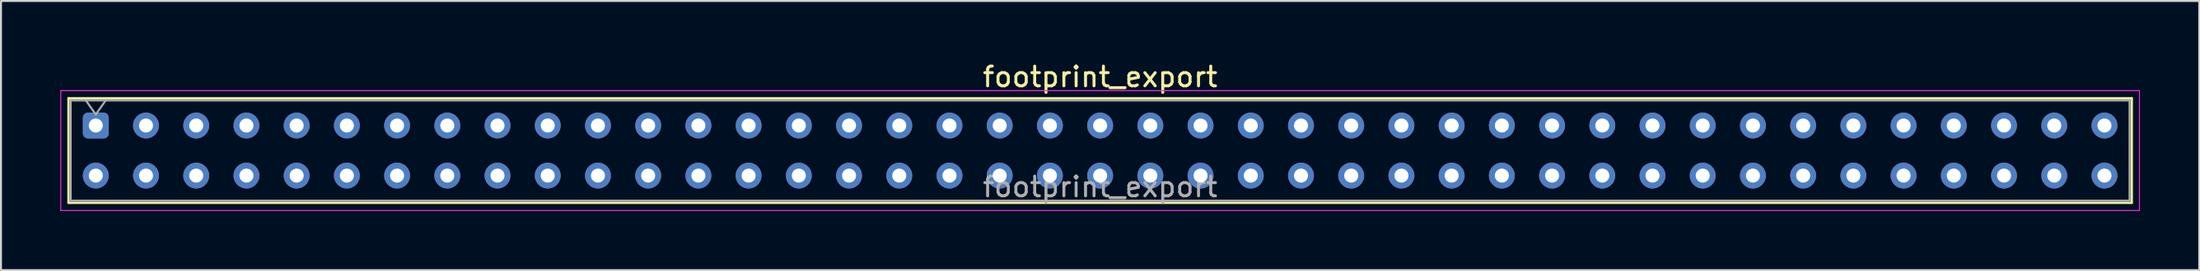
<source format=kicad_pcb>
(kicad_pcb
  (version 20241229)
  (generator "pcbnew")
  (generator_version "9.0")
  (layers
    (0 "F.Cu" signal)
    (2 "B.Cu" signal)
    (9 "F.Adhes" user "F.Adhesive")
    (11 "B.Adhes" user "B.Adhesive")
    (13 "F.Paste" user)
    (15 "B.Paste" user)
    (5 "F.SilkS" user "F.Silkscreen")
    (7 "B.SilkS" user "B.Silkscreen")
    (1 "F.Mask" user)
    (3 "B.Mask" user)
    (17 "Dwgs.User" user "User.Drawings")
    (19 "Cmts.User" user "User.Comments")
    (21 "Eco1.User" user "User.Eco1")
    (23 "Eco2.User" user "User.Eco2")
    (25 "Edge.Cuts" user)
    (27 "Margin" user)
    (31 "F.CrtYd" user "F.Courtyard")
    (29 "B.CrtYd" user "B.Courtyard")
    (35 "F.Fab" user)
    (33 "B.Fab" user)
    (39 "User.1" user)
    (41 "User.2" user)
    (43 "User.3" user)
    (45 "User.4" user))
  (footprint "footprint_export"
    (layer "F.Cu")
    (at 1.795 3.318)
    (property "Reference" "footprint_export" (at 50.8 -2.47 0) (layer "F.SilkS") (effects (font (size 1 1) (thickness 0.15))))
    (attr through_hole)
    (fp_line (start -1.38 -1.38) (end 102.98 -1.38) (stroke (width 0.12) (type solid)) (layer "F.SilkS"))
    (fp_line (start -1.38 3.92) (end -1.38 -1.38) (stroke (width 0.12) (type solid)) (layer "F.SilkS"))
    (fp_line (start 102.98 -1.38) (end 102.98 3.92) (stroke (width 0.12) (type solid)) (layer "F.SilkS"))
    (fp_line (start 102.98 3.92) (end -1.38 3.92) (stroke (width 0.12) (type solid)) (layer "F.SilkS"))
    (fp_line (start -1.77 -1.77) (end 103.37 -1.77) (stroke (width 0.05) (type solid)) (layer "F.CrtYd"))
    (fp_line (start -1.77 4.31) (end -1.77 -1.77) (stroke (width 0.05) (type solid)) (layer "F.CrtYd"))
    (fp_line (start 103.37 -1.77) (end 103.37 4.31) (stroke (width 0.05) (type solid)) (layer "F.CrtYd"))
    (fp_line (start 103.37 4.31) (end -1.77 4.31) (stroke (width 0.05) (type solid)) (layer "F.CrtYd"))
    (fp_line (start -1.27 -1.27) (end 102.87 -1.27) (stroke (width 0.1) (type solid)) (layer "F.Fab"))
    (fp_line (start -1.27 3.81) (end -1.27 -1.27) (stroke (width 0.1) (type solid)) (layer "F.Fab"))
    (fp_line (start -0.5 -1.27) (end 0 -0.563) (stroke (width 0.1) (type solid)) (layer "F.Fab"))
    (fp_line (start 0 -0.563) (end 0.5 -1.27) (stroke (width 0.1) (type solid)) (layer "F.Fab"))
    (fp_line (start 102.87 -1.27) (end 102.87 3.81) (stroke (width 0.1) (type solid)) (layer "F.Fab"))
    (fp_line (start 102.87 3.81) (end -1.27 3.81) (stroke (width 0.1) (type solid)) (layer "F.Fab"))
    (fp_text user "${REFERENCE}" (at 50.8 3.11 0) (layer "F.Fab") (effects (font (size 1 1) (thickness 0.15))))
    (pad "1" thru_hole roundrect (at 0 0) (size 1.31 1.31) (drill 0.71) (layers "*.Cu" "*.Mask") (roundrect_rratio 0.191))
    (pad "2" thru_hole circle (at 0 2.54) (size 1.31 1.31) (drill 0.71) (layers "*.Cu" "*.Mask"))
    (pad "3" thru_hole circle (at 2.54 0) (size 1.31 1.31) (drill 0.71) (layers "*.Cu" "*.Mask"))
    (pad "4" thru_hole circle (at 2.54 2.54) (size 1.31 1.31) (drill 0.71) (layers "*.Cu" "*.Mask"))
    (pad "5" thru_hole circle (at 5.08 0) (size 1.31 1.31) (drill 0.71) (layers "*.Cu" "*.Mask"))
    (pad "6" thru_hole circle (at 5.08 2.54) (size 1.31 1.31) (drill 0.71) (layers "*.Cu" "*.Mask"))
    (pad "7" thru_hole circle (at 7.62 0) (size 1.31 1.31) (drill 0.71) (layers "*.Cu" "*.Mask"))
    (pad "8" thru_hole circle (at 7.62 2.54) (size 1.31 1.31) (drill 0.71) (layers "*.Cu" "*.Mask"))
    (pad "9" thru_hole circle (at 10.16 0) (size 1.31 1.31) (drill 0.71) (layers "*.Cu" "*.Mask"))
    (pad "10" thru_hole circle (at 10.16 2.54) (size 1.31 1.31) (drill 0.71) (layers "*.Cu" "*.Mask"))
    (pad "11" thru_hole circle (at 12.7 0) (size 1.31 1.31) (drill 0.71) (layers "*.Cu" "*.Mask"))
    (pad "12" thru_hole circle (at 12.7 2.54) (size 1.31 1.31) (drill 0.71) (layers "*.Cu" "*.Mask"))
    (pad "13" thru_hole circle (at 15.24 0) (size 1.31 1.31) (drill 0.71) (layers "*.Cu" "*.Mask"))
    (pad "14" thru_hole circle (at 15.24 2.54) (size 1.31 1.31) (drill 0.71) (layers "*.Cu" "*.Mask"))
    (pad "15" thru_hole circle (at 17.78 0) (size 1.31 1.31) (drill 0.71) (layers "*.Cu" "*.Mask"))
    (pad "16" thru_hole circle (at 17.78 2.54) (size 1.31 1.31) (drill 0.71) (layers "*.Cu" "*.Mask"))
    (pad "17" thru_hole circle (at 20.32 0) (size 1.31 1.31) (drill 0.71) (layers "*.Cu" "*.Mask"))
    (pad "18" thru_hole circle (at 20.32 2.54) (size 1.31 1.31) (drill 0.71) (layers "*.Cu" "*.Mask"))
    (pad "19" thru_hole circle (at 22.86 0) (size 1.31 1.31) (drill 0.71) (layers "*.Cu" "*.Mask"))
    (pad "20" thru_hole circle (at 22.86 2.54) (size 1.31 1.31) (drill 0.71) (layers "*.Cu" "*.Mask"))
    (pad "21" thru_hole circle (at 25.4 0) (size 1.31 1.31) (drill 0.71) (layers "*.Cu" "*.Mask"))
    (pad "22" thru_hole circle (at 25.4 2.54) (size 1.31 1.31) (drill 0.71) (layers "*.Cu" "*.Mask"))
    (pad "23" thru_hole circle (at 27.94 0) (size 1.31 1.31) (drill 0.71) (layers "*.Cu" "*.Mask"))
    (pad "24" thru_hole circle (at 27.94 2.54) (size 1.31 1.31) (drill 0.71) (layers "*.Cu" "*.Mask"))
    (pad "25" thru_hole circle (at 30.48 0) (size 1.31 1.31) (drill 0.71) (layers "*.Cu" "*.Mask"))
    (pad "26" thru_hole circle (at 30.48 2.54) (size 1.31 1.31) (drill 0.71) (layers "*.Cu" "*.Mask"))
    (pad "27" thru_hole circle (at 33.02 0) (size 1.31 1.31) (drill 0.71) (layers "*.Cu" "*.Mask"))
    (pad "28" thru_hole circle (at 33.02 2.54) (size 1.31 1.31) (drill 0.71) (layers "*.Cu" "*.Mask"))
    (pad "29" thru_hole circle (at 35.56 0) (size 1.31 1.31) (drill 0.71) (layers "*.Cu" "*.Mask"))
    (pad "30" thru_hole circle (at 35.56 2.54) (size 1.31 1.31) (drill 0.71) (layers "*.Cu" "*.Mask"))
    (pad "31" thru_hole circle (at 38.1 0) (size 1.31 1.31) (drill 0.71) (layers "*.Cu" "*.Mask"))
    (pad "32" thru_hole circle (at 38.1 2.54) (size 1.31 1.31) (drill 0.71) (layers "*.Cu" "*.Mask"))
    (pad "33" thru_hole circle (at 40.64 0) (size 1.31 1.31) (drill 0.71) (layers "*.Cu" "*.Mask"))
    (pad "34" thru_hole circle (at 40.64 2.54) (size 1.31 1.31) (drill 0.71) (layers "*.Cu" "*.Mask"))
    (pad "35" thru_hole circle (at 43.18 0) (size 1.31 1.31) (drill 0.71) (layers "*.Cu" "*.Mask"))
    (pad "36" thru_hole circle (at 43.18 2.54) (size 1.31 1.31) (drill 0.71) (layers "*.Cu" "*.Mask"))
    (pad "37" thru_hole circle (at 45.72 0) (size 1.31 1.31) (drill 0.71) (layers "*.Cu" "*.Mask"))
    (pad "38" thru_hole circle (at 45.72 2.54) (size 1.31 1.31) (drill 0.71) (layers "*.Cu" "*.Mask"))
    (pad "39" thru_hole circle (at 48.26 0) (size 1.31 1.31) (drill 0.71) (layers "*.Cu" "*.Mask"))
    (pad "40" thru_hole circle (at 48.26 2.54) (size 1.31 1.31) (drill 0.71) (layers "*.Cu" "*.Mask"))
    (pad "41" thru_hole circle (at 50.8 0) (size 1.31 1.31) (drill 0.71) (layers "*.Cu" "*.Mask"))
    (pad "42" thru_hole circle (at 50.8 2.54) (size 1.31 1.31) (drill 0.71) (layers "*.Cu" "*.Mask"))
    (pad "43" thru_hole circle (at 53.34 0) (size 1.31 1.31) (drill 0.71) (layers "*.Cu" "*.Mask"))
    (pad "44" thru_hole circle (at 53.34 2.54) (size 1.31 1.31) (drill 0.71) (layers "*.Cu" "*.Mask"))
    (pad "45" thru_hole circle (at 55.88 0) (size 1.31 1.31) (drill 0.71) (layers "*.Cu" "*.Mask"))
    (pad "46" thru_hole circle (at 55.88 2.54) (size 1.31 1.31) (drill 0.71) (layers "*.Cu" "*.Mask"))
    (pad "47" thru_hole circle (at 58.42 0) (size 1.31 1.31) (drill 0.71) (layers "*.Cu" "*.Mask"))
    (pad "48" thru_hole circle (at 58.42 2.54) (size 1.31 1.31) (drill 0.71) (layers "*.Cu" "*.Mask"))
    (pad "49" thru_hole circle (at 60.96 0) (size 1.31 1.31) (drill 0.71) (layers "*.Cu" "*.Mask"))
    (pad "50" thru_hole circle (at 60.96 2.54) (size 1.31 1.31) (drill 0.71) (layers "*.Cu" "*.Mask"))
    (pad "51" thru_hole circle (at 63.5 0) (size 1.31 1.31) (drill 0.71) (layers "*.Cu" "*.Mask"))
    (pad "52" thru_hole circle (at 63.5 2.54) (size 1.31 1.31) (drill 0.71) (layers "*.Cu" "*.Mask"))
    (pad "53" thru_hole circle (at 66.04 0) (size 1.31 1.31) (drill 0.71) (layers "*.Cu" "*.Mask"))
    (pad "54" thru_hole circle (at 66.04 2.54) (size 1.31 1.31) (drill 0.71) (layers "*.Cu" "*.Mask"))
    (pad "55" thru_hole circle (at 68.58 0) (size 1.31 1.31) (drill 0.71) (layers "*.Cu" "*.Mask"))
    (pad "56" thru_hole circle (at 68.58 2.54) (size 1.31 1.31) (drill 0.71) (layers "*.Cu" "*.Mask"))
    (pad "57" thru_hole circle (at 71.12 0) (size 1.31 1.31) (drill 0.71) (layers "*.Cu" "*.Mask"))
    (pad "58" thru_hole circle (at 71.12 2.54) (size 1.31 1.31) (drill 0.71) (layers "*.Cu" "*.Mask"))
    (pad "59" thru_hole circle (at 73.66 0) (size 1.31 1.31) (drill 0.71) (layers "*.Cu" "*.Mask"))
    (pad "60" thru_hole circle (at 73.66 2.54) (size 1.31 1.31) (drill 0.71) (layers "*.Cu" "*.Mask"))
    (pad "61" thru_hole circle (at 76.2 0) (size 1.31 1.31) (drill 0.71) (layers "*.Cu" "*.Mask"))
    (pad "62" thru_hole circle (at 76.2 2.54) (size 1.31 1.31) (drill 0.71) (layers "*.Cu" "*.Mask"))
    (pad "63" thru_hole circle (at 78.74 0) (size 1.31 1.31) (drill 0.71) (layers "*.Cu" "*.Mask"))
    (pad "64" thru_hole circle (at 78.74 2.54) (size 1.31 1.31) (drill 0.71) (layers "*.Cu" "*.Mask"))
    (pad "65" thru_hole circle (at 81.28 0) (size 1.31 1.31) (drill 0.71) (layers "*.Cu" "*.Mask"))
    (pad "66" thru_hole circle (at 81.28 2.54) (size 1.31 1.31) (drill 0.71) (layers "*.Cu" "*.Mask"))
    (pad "67" thru_hole circle (at 83.82 0) (size 1.31 1.31) (drill 0.71) (layers "*.Cu" "*.Mask"))
    (pad "68" thru_hole circle (at 83.82 2.54) (size 1.31 1.31) (drill 0.71) (layers "*.Cu" "*.Mask"))
    (pad "69" thru_hole circle (at 86.36 0) (size 1.31 1.31) (drill 0.71) (layers "*.Cu" "*.Mask"))
    (pad "70" thru_hole circle (at 86.36 2.54) (size 1.31 1.31) (drill 0.71) (layers "*.Cu" "*.Mask"))
    (pad "71" thru_hole circle (at 88.9 0) (size 1.31 1.31) (drill 0.71) (layers "*.Cu" "*.Mask"))
    (pad "72" thru_hole circle (at 88.9 2.54) (size 1.31 1.31) (drill 0.71) (layers "*.Cu" "*.Mask"))
    (pad "73" thru_hole circle (at 91.44 0) (size 1.31 1.31) (drill 0.71) (layers "*.Cu" "*.Mask"))
    (pad "74" thru_hole circle (at 91.44 2.54) (size 1.31 1.31) (drill 0.71) (layers "*.Cu" "*.Mask"))
    (pad "75" thru_hole circle (at 93.98 0) (size 1.31 1.31) (drill 0.71) (layers "*.Cu" "*.Mask"))
    (pad "76" thru_hole circle (at 93.98 2.54) (size 1.31 1.31) (drill 0.71) (layers "*.Cu" "*.Mask"))
    (pad "77" thru_hole circle (at 96.52 0) (size 1.31 1.31) (drill 0.71) (layers "*.Cu" "*.Mask"))
    (pad "78" thru_hole circle (at 96.52 2.54) (size 1.31 1.31) (drill 0.71) (layers "*.Cu" "*.Mask"))
    (pad "79" thru_hole circle (at 99.06 0) (size 1.31 1.31) (drill 0.71) (layers "*.Cu" "*.Mask"))
    (pad "80" thru_hole circle (at 99.06 2.54) (size 1.31 1.31) (drill 0.71) (layers "*.Cu" "*.Mask"))
    (pad "81" thru_hole circle (at 101.6 0) (size 1.31 1.31) (drill 0.71) (layers "*.Cu" "*.Mask"))
    (pad "82" thru_hole circle (at 101.6 2.54) (size 1.31 1.31) (drill 0.71) (layers "*.Cu" "*.Mask")))
  (gr_rect
    (start -3 -3)
    (end 108.19 10.653)
    (stroke (width 0.1) (type default))
    (fill no)
    (layer "Edge.Cuts")))
</source>
